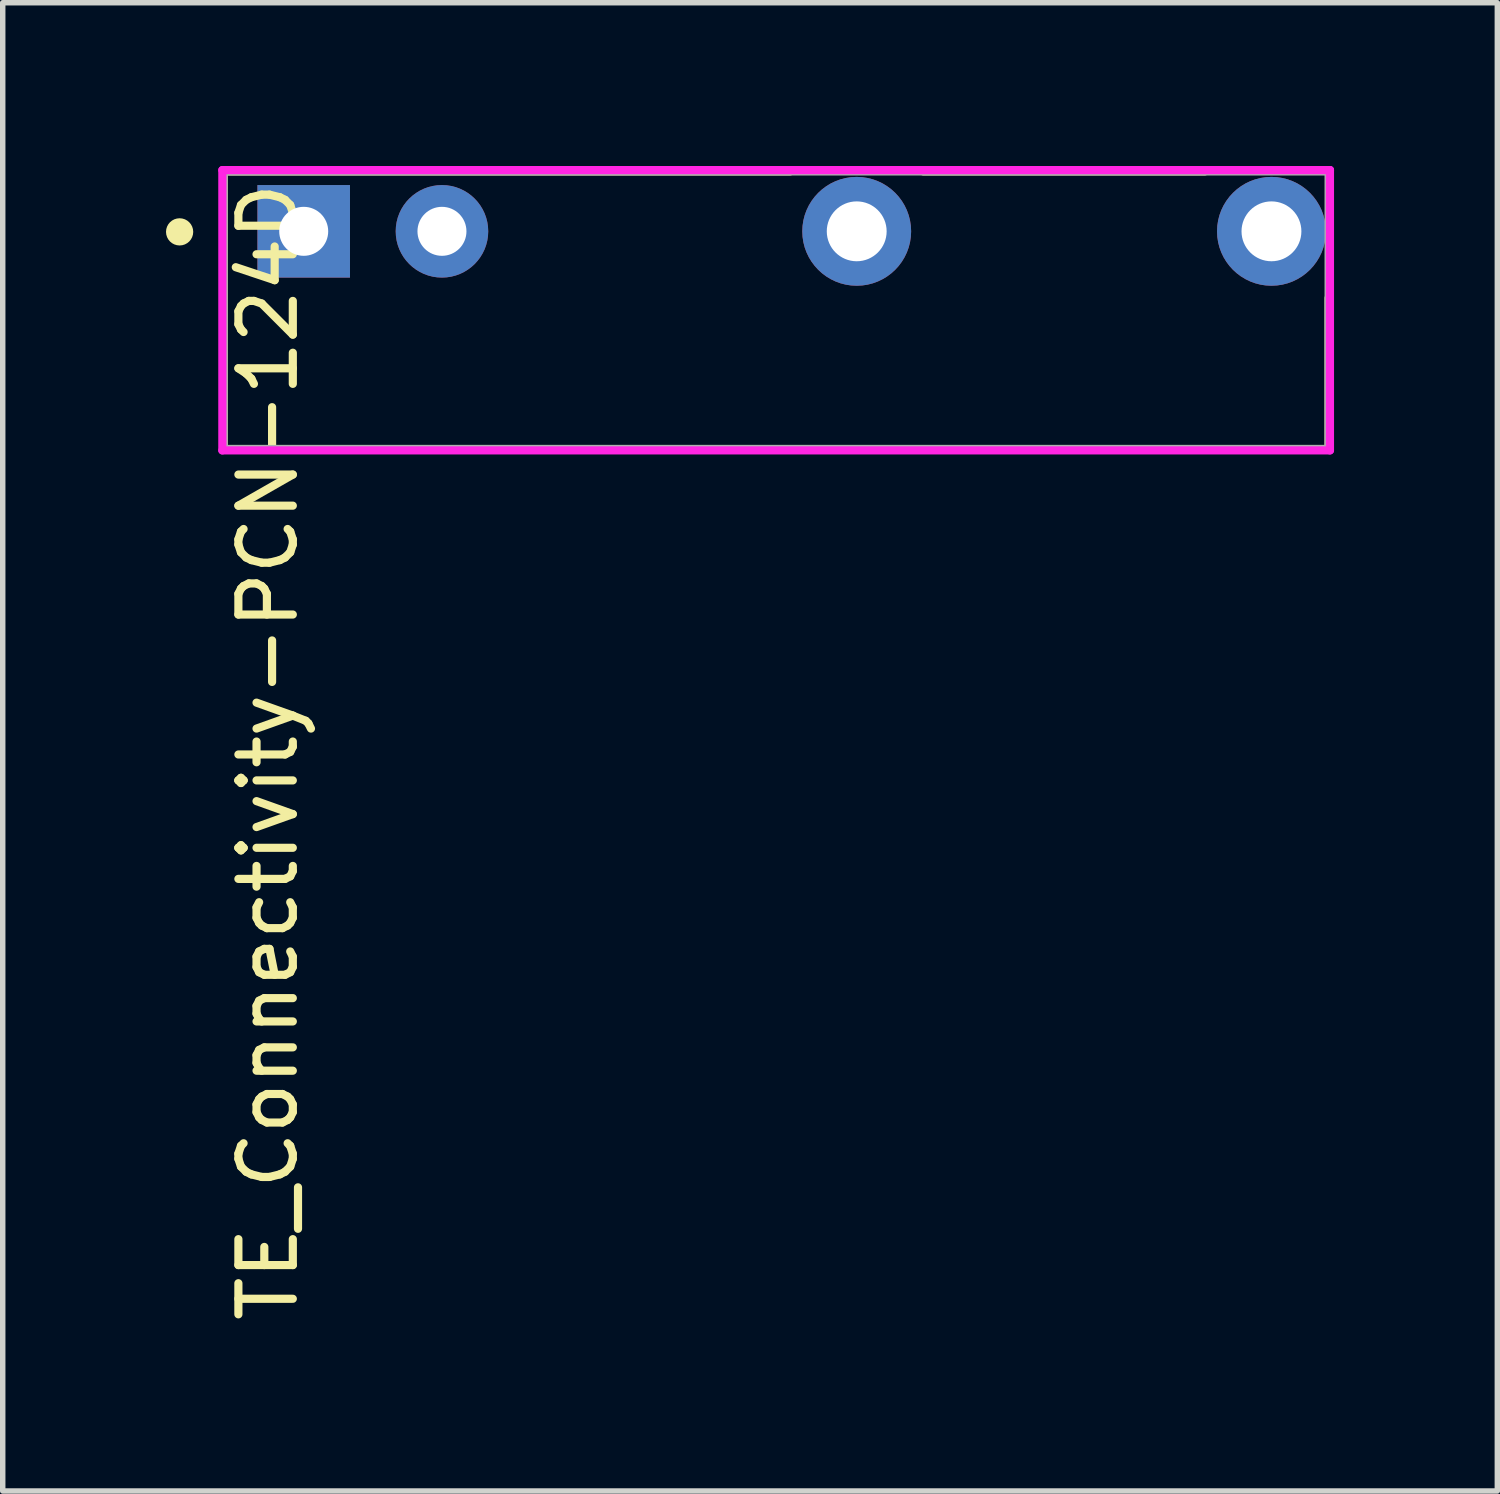
<source format=kicad_pcb>
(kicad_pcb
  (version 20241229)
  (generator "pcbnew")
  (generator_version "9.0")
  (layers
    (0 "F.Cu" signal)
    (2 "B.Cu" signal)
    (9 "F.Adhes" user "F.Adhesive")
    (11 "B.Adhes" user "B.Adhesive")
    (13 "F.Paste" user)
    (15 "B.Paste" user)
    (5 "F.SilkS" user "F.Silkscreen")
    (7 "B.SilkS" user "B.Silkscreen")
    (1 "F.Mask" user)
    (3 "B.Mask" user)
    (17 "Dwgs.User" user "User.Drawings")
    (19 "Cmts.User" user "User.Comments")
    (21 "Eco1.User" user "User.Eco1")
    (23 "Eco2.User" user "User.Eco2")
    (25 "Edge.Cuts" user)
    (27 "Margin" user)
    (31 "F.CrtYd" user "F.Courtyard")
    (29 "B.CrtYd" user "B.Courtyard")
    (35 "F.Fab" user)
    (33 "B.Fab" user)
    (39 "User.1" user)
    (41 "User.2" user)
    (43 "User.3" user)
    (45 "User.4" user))
  (footprint "TE_Connectivity-PCN-124D"
    (layer "F.Cu")
    (at 11.21 2.65)
    (property "Reference" "TE_Connectivity-PCN-124D" (at -9.335 -2.413 270) (layer "F.SilkS") (effects (font (size 1 1) (thickness 0.15)) (justify right)))
    (attr through_hole)
    (fp_line (start -10.15 -2.55) (end 0.255 -2.55) (stroke (width 0.15) (type solid)) (layer "F.SilkS"))
    (fp_line (start -10.15 2.55) (end -10.15 -2.55) (stroke (width 0.15) (type solid)) (layer "F.SilkS"))
    (fp_line (start -10.15 2.55) (end 10.15 2.55) (stroke (width 0.15) (type solid)) (layer "F.SilkS"))
    (fp_line (start 2.705 -2.55) (end 7.875 -2.55) (stroke (width 0.15) (type solid)) (layer "F.SilkS"))
    (fp_line (start 10.15 2.55) (end 10.15 -0.225) (stroke (width 0.15) (type solid)) (layer "F.SilkS"))
    (fp_circle (center -10.96 -1.44) (end -10.835 -1.44) (stroke (width 0.25) (type solid)) (fill no) (layer "F.SilkS"))
    (fp_line (start -10.175 -2.575) (end -10.175 2.575) (stroke (width 0.15) (type solid)) (layer "F.CrtYd"))
    (fp_line (start -10.175 2.575) (end 10.175 2.575) (stroke (width 0.15) (type solid)) (layer "F.CrtYd"))
    (fp_line (start 10.175 -2.575) (end -10.175 -2.575) (stroke (width 0.15) (type solid)) (layer "F.CrtYd"))
    (fp_line (start 10.175 -2.575) (end 10.175 -2.575) (stroke (width 0.15) (type solid)) (layer "F.CrtYd"))
    (fp_line (start 10.175 2.575) (end 10.175 -2.575) (stroke (width 0.15) (type solid)) (layer "F.CrtYd"))
    (fp_line (start -10.15 -2.55) (end 10.15 -2.55) (stroke (width 0.15) (type solid)) (layer "F.Fab"))
    (fp_line (start -10.15 2.55) (end -10.15 -2.55) (stroke (width 0.15) (type solid)) (layer "F.Fab"))
    (fp_line (start 10.15 -2.55) (end 10.15 2.55) (stroke (width 0.15) (type solid)) (layer "F.Fab"))
    (fp_line (start 10.15 2.55) (end -10.15 2.55) (stroke (width 0.15) (type solid)) (layer "F.Fab"))
    (pad "11" thru_hole circle (at 9.1 -1.45) (size 2 2) (drill 1.1) (layers "*.Cu" "*.Mask"))
    (pad "14" thru_hole circle (at 1.48 -1.45) (size 2 2) (drill 1.1) (layers "*.Cu" "*.Mask"))
    (pad "A1" thru_hole rect (at -8.68 -1.45) (size 1.7 1.7) (drill 0.9) (layers "*.Cu" "*.Mask"))
    (pad "A2" thru_hole circle (at -6.14 -1.45) (size 1.7 1.7) (drill 0.9) (layers "*.Cu" "*.Mask")))
  (gr_rect
    (start -3 -3)
    (end 24.46 24.344)
    (stroke (width 0.1) (type default))
    (fill no)
    (layer "Edge.Cuts")))
</source>
